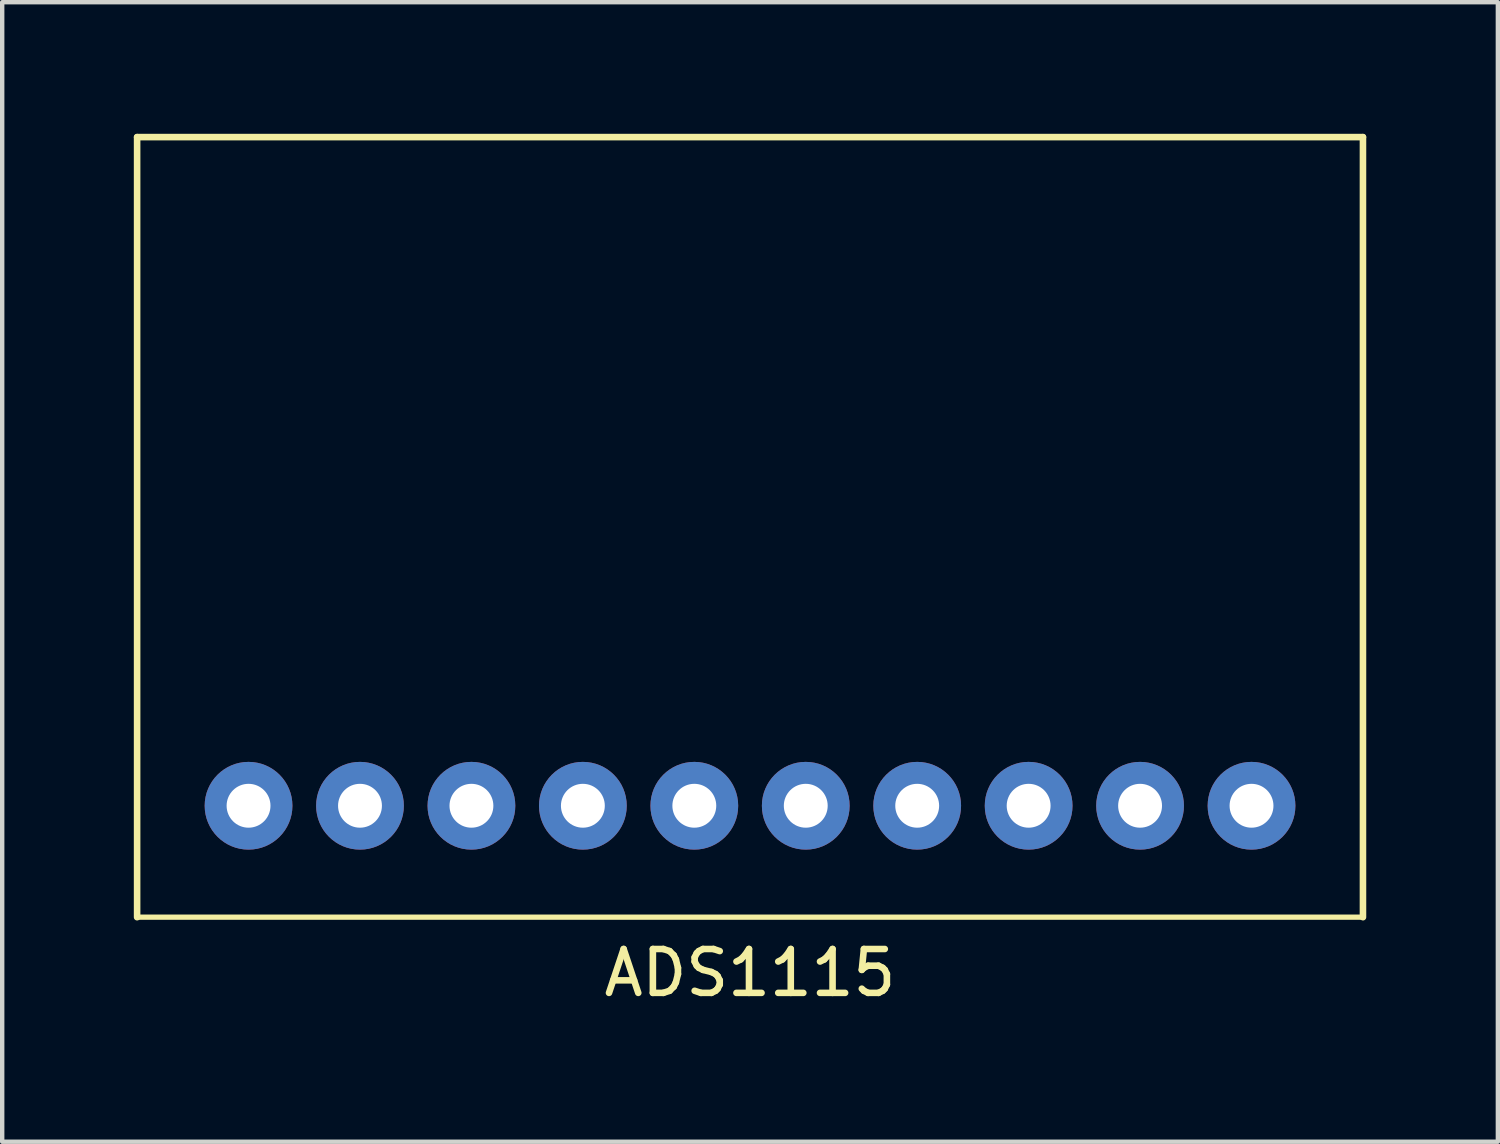
<source format=kicad_pcb>
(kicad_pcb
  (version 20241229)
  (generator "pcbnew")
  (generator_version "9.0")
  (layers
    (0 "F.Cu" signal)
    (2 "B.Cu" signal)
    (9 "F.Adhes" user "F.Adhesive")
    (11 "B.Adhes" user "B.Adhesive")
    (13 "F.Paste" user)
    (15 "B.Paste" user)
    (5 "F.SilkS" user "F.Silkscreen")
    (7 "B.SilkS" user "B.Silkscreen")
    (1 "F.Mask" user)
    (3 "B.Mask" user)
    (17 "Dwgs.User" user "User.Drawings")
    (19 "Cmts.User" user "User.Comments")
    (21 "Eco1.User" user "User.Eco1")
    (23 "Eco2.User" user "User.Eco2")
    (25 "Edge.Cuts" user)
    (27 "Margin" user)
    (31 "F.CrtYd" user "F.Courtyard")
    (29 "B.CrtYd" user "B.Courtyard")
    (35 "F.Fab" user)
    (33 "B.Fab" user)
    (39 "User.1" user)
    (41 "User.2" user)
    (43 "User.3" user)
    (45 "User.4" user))
  (footprint "ADS1115"
    (layer "F.Cu")
    (at 14.045 15.315)
    (property "Reference" "ADS1115" (at 0 3.81 0) (layer "F.SilkS") (effects (font (size 1 1) (thickness 0.15))))
    (attr through_hole)
    (fp_line (start -13.97 -15.24) (end -13.97 2.54) (stroke (width 0.15) (type solid)) (layer "F.SilkS"))
    (fp_line (start -13.97 2.54) (end 13.97 2.54) (stroke (width 0.12) (type solid)) (layer "F.SilkS"))
    (fp_line (start 13.97 -15.24) (end -13.97 -15.24) (stroke (width 0.15) (type solid)) (layer "F.SilkS"))
    (fp_line (start 13.97 2.54) (end 13.97 -15.24) (stroke (width 0.15) (type solid)) (layer "F.SilkS"))
    (pad "1" thru_hole circle (at -11.43 0) (size 2 2) (drill 1) (layers "*.Cu" "*.Mask"))
    (pad "2" thru_hole circle (at -8.89 0) (size 2 2) (drill 1) (layers "*.Cu" "*.Mask"))
    (pad "3" thru_hole circle (at -6.35 0) (size 2 2) (drill 1) (layers "*.Cu" "*.Mask"))
    (pad "4" thru_hole circle (at -3.81 0) (size 2 2) (drill 1) (layers "*.Cu" "*.Mask"))
    (pad "5" thru_hole circle (at -1.27 0) (size 2 2) (drill 1) (layers "*.Cu" "*.Mask"))
    (pad "6" thru_hole circle (at 1.27 0) (size 2 2) (drill 1) (layers "*.Cu" "*.Mask"))
    (pad "7" thru_hole circle (at 3.81 0) (size 2 2) (drill 1) (layers "*.Cu" "*.Mask"))
    (pad "8" thru_hole circle (at 6.35 0) (size 2 2) (drill 1) (layers "*.Cu" "*.Mask"))
    (pad "9" thru_hole circle (at 8.89 0) (size 2 2) (drill 1) (layers "*.Cu" "*.Mask"))
    (pad "10" thru_hole circle (at 11.43 0) (size 2 2) (drill 1) (layers "*.Cu" "*.Mask")))
  (gr_rect
    (start -3 -3)
    (end 31.09 22.973)
    (stroke (width 0.1) (type default))
    (fill no)
    (layer "Edge.Cuts")))
</source>
